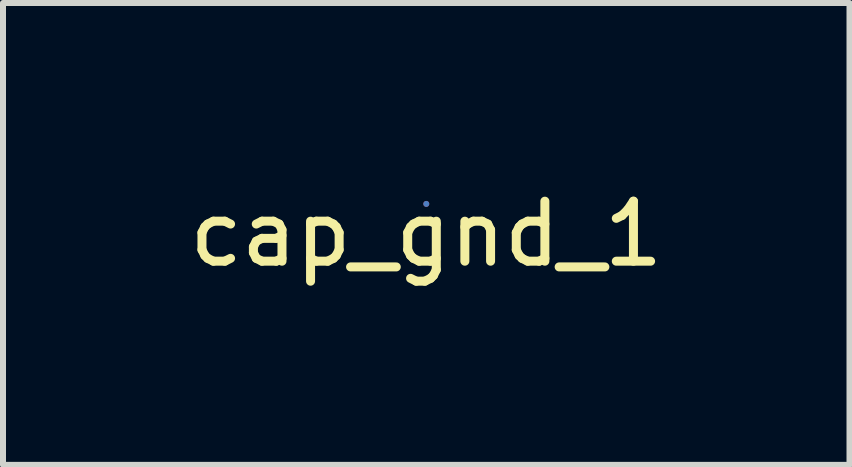
<source format=kicad_pcb>
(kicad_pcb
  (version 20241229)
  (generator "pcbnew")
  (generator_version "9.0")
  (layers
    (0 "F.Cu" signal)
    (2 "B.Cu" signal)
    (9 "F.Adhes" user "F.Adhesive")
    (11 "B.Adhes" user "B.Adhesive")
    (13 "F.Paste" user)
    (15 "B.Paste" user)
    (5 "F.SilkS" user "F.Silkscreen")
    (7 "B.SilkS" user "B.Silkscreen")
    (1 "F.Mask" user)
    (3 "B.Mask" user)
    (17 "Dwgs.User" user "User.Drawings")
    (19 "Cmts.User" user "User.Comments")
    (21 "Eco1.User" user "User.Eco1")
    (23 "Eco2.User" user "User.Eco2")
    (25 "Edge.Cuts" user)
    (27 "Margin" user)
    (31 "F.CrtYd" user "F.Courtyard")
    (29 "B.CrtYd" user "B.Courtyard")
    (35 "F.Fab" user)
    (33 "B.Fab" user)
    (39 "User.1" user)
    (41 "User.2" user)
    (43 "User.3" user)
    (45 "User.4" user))
  (footprint "cap_gnd_1"
    (layer "F.Cu")
    (at 4.054 0.348)
    (property "Reference" "cap_gnd_1" (at 0 0.5 0) (layer "F.SilkS") (effects (font (size 1 1) (thickness 0.15))))
    (attr through_hole)
    (pad "1" smd circle (at 0 0) (size 0.1 0.1) (layers "F.Cu"))
    (pad "1" smd circle (at 0 0) (size 0.1 0.1) (layers "B.Cu")))
  (gr_rect
    (start -3 -3)
    (end 11.107 4.697)
    (stroke (width 0.1) (type default))
    (fill no)
    (layer "Edge.Cuts")))
</source>
